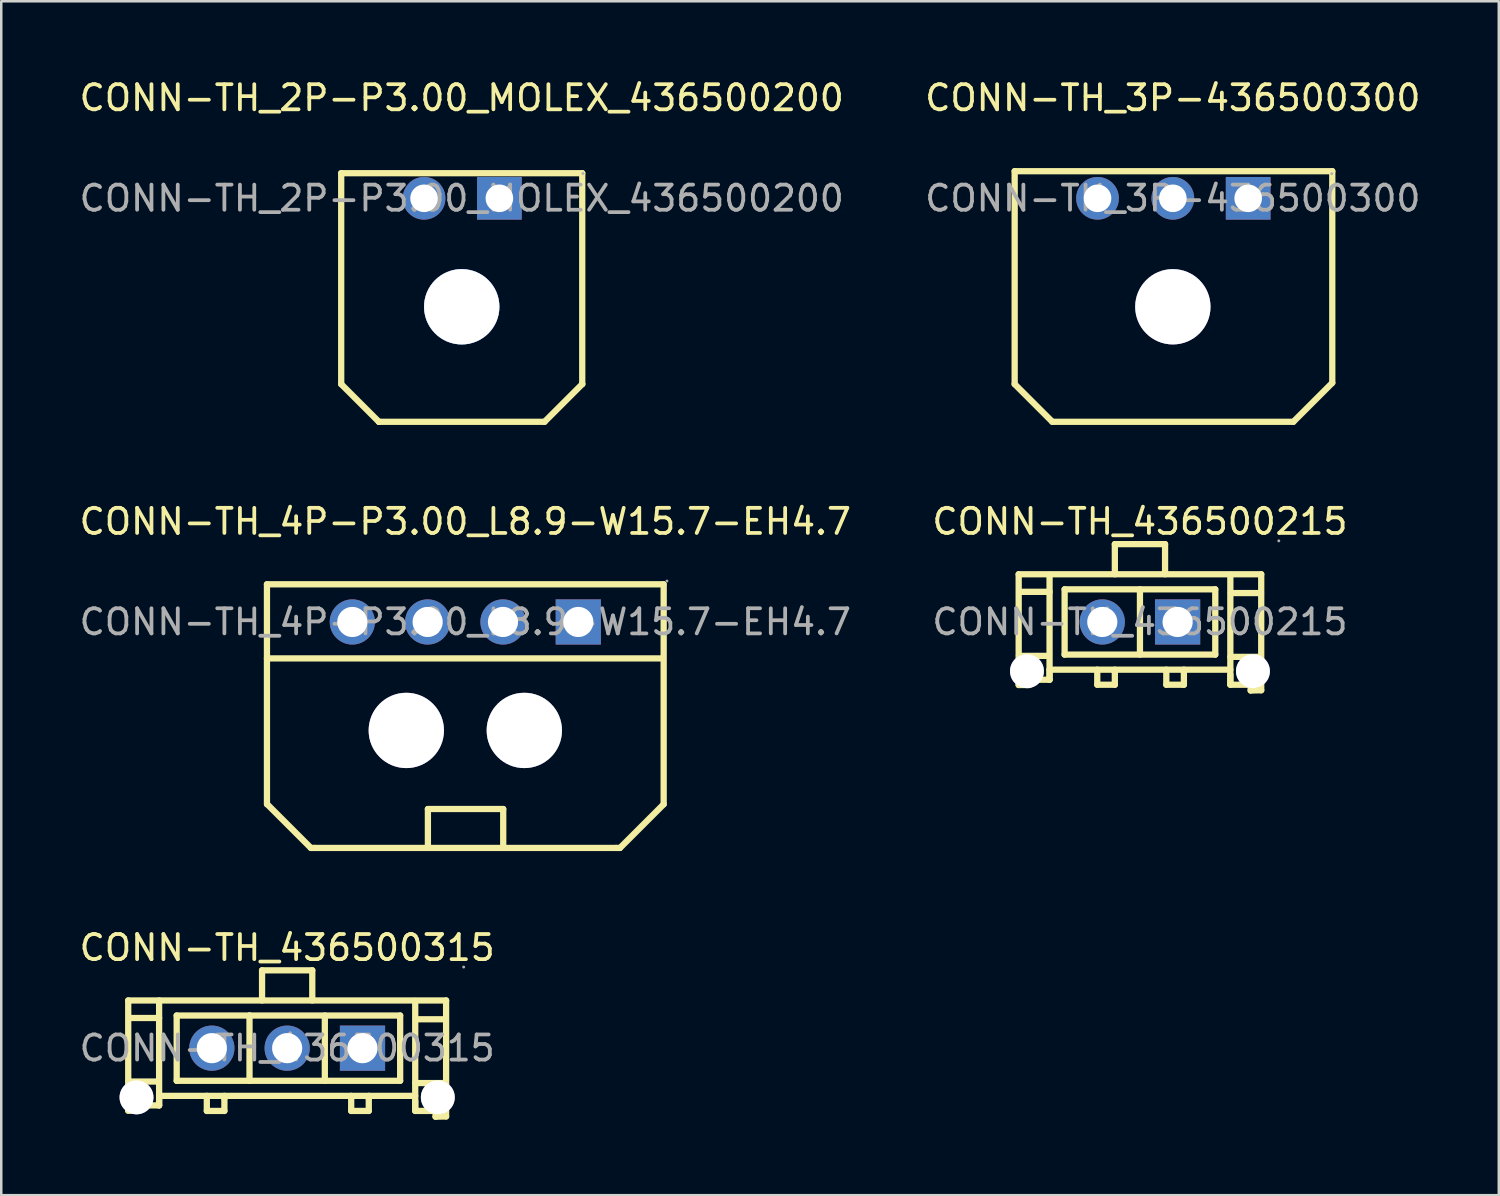
<source format=kicad_pcb>
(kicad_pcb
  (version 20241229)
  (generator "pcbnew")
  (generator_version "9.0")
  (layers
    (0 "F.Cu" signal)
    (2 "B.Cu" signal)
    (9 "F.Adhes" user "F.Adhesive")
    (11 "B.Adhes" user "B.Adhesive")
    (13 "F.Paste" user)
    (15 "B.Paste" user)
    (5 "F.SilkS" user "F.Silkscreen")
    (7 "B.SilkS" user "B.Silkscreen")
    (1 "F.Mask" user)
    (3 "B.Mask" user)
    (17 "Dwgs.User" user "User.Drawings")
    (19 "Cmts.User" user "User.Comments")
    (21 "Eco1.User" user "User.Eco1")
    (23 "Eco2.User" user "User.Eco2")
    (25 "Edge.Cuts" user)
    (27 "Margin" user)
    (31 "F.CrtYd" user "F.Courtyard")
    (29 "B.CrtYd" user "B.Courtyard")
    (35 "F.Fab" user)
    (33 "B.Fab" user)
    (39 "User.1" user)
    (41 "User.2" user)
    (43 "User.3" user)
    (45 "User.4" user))
  (footprint "CONN-TH_2P-P3.00_MOLEX_436500200"
    (layer "F.Cu")
    (at 15.339 4.848)
    (property "Reference" "CONN-TH_2P-P3.00_MOLEX_436500200" (at 0 -4 0) (layer "F.SilkS") (effects (font (size 1 1) (thickness 0.15))))
    (attr through_hole)
    (fp_line (start -4.8 -1) (end 4.8 -1) (stroke (width 0.25) (type solid)) (layer "F.SilkS"))
    (fp_line (start -4.8 7.4) (end -4.8 -1) (stroke (width 0.25) (type solid)) (layer "F.SilkS"))
    (fp_line (start -3.3 8.9) (end -4.8 7.4) (stroke (width 0.25) (type solid)) (layer "F.SilkS"))
    (fp_line (start -3.3 8.9) (end -3.3 8.9) (stroke (width 0.25) (type solid)) (layer "F.SilkS"))
    (fp_line (start 3.3 8.9) (end -3.3 8.9) (stroke (width 0.25) (type solid)) (layer "F.SilkS"))
    (fp_line (start 4.8 -1) (end 4.8 7.4) (stroke (width 0.25) (type solid)) (layer "F.SilkS"))
    (fp_line (start 4.8 7.4) (end 3.3 8.9) (stroke (width 0.25) (type solid)) (layer "F.SilkS"))
    (fp_line (start 4.8 7.4) (end 4.8 7.4) (stroke (width 0.25) (type solid)) (layer "F.SilkS"))
    (fp_circle (center 0 4.32) (end 0.75 4.32) (stroke (width 1.5) (type solid)) (fill no) (layer "Cmts.User"))
    (fp_circle (center 4.83 -0.99) (end 4.86 -0.99) (stroke (width 0.06) (type solid)) (fill no) (layer "F.Fab"))
    (fp_text user "${REFERENCE}" (at 0 0 0) (layer "F.Fab") (effects (font (size 1 1) (thickness 0.15))))
    (pad "" thru_hole circle (at 0 4.32) (size 3 3) (drill 3) (layers "*.Cu" "*.Mask"))
    (pad "1" thru_hole rect (at 1.5 0) (size 1.78 1.7) (drill 1.1) (layers "*.Cu" "*.Mask"))
    (pad "2" thru_hole circle (at -1.5 0) (size 1.7 1.7) (drill 1.1) (layers "*.Cu" "*.Mask")))
  (footprint "CONN-TH_436500315"
    (layer "F.Cu")
    (at 8.387 38.695)
    (property "Reference" "CONN-TH_436500315" (at 0 -4 0) (layer "F.SilkS") (effects (font (size 1 1) (thickness 0.15))))
    (attr through_hole)
    (fp_line (start -6.33 -1.9) (end -6.33 1.86) (stroke (width 0.25) (type solid)) (layer "F.SilkS"))
    (fp_line (start -6.33 1.85) (end -5.9 2.28) (stroke (width 0.25) (type solid)) (layer "F.SilkS"))
    (fp_line (start -6.33 1.86) (end -6.33 2.49) (stroke (width 0.25) (type solid)) (layer "F.SilkS"))
    (fp_line (start -6.33 2.49) (end -5.92 2.49) (stroke (width 0.25) (type solid)) (layer "F.SilkS"))
    (fp_line (start -6.32 1.33) (end -5.12 1.33) (stroke (width 0.25) (type solid)) (layer "F.SilkS"))
    (fp_line (start -6.3 -1.2) (end -5.1 -1.2) (stroke (width 0.25) (type solid)) (layer "F.SilkS"))
    (fp_line (start -5.92 2.49) (end -5.92 2.26) (stroke (width 0.25) (type solid)) (layer "F.SilkS"))
    (fp_line (start -5.9 2.28) (end -5.1 2.28) (stroke (width 0.25) (type solid)) (layer "F.SilkS"))
    (fp_line (start -5.1 -1.9) (end -5.1 2.28) (stroke (width 0.25) (type solid)) (layer "F.SilkS"))
    (fp_line (start -5.1 1.9) (end 5.1 1.9) (stroke (width 0.25) (type solid)) (layer "F.SilkS"))
    (fp_line (start -5.1 2.28) (end -5.1 1.88) (stroke (width 0.25) (type solid)) (layer "F.SilkS"))
    (fp_line (start -4.4 -1.3) (end -1.5 -1.3) (stroke (width 0.25) (type solid)) (layer "F.SilkS"))
    (fp_line (start -4.4 1.3) (end -4.4 -1.3) (stroke (width 0.25) (type solid)) (layer "F.SilkS"))
    (fp_line (start -3.2 1.9) (end -3.2 2.5) (stroke (width 0.25) (type solid)) (layer "F.SilkS"))
    (fp_line (start -3.2 2.5) (end -2.5 2.5) (stroke (width 0.25) (type solid)) (layer "F.SilkS"))
    (fp_line (start -2.5 2) (end -2.5 1.9) (stroke (width 0.25) (type solid)) (layer "F.SilkS"))
    (fp_line (start -2.5 2.5) (end -2.5 2) (stroke (width 0.25) (type solid)) (layer "F.SilkS"))
    (fp_line (start -1.5 -1.3) (end -1.5 1.3) (stroke (width 0.25) (type solid)) (layer "F.SilkS"))
    (fp_line (start -1.5 -1.3) (end 4.5 -1.3) (stroke (width 0.25) (type solid)) (layer "F.SilkS"))
    (fp_line (start -1 -3.1) (end 1 -3.1) (stroke (width 0.25) (type solid)) (layer "F.SilkS"))
    (fp_line (start -1 -1.9) (end -1 -3.1) (stroke (width 0.25) (type solid)) (layer "F.SilkS"))
    (fp_line (start 1 -3.1) (end 1 -1.9) (stroke (width 0.25) (type solid)) (layer "F.SilkS"))
    (fp_line (start 1.5 -1.3) (end 1.5 1.3) (stroke (width 0.25) (type solid)) (layer "F.SilkS"))
    (fp_line (start 2.55 1.9) (end 2.55 2.5) (stroke (width 0.25) (type solid)) (layer "F.SilkS"))
    (fp_line (start 2.55 2.5) (end 3.25 2.5) (stroke (width 0.25) (type solid)) (layer "F.SilkS"))
    (fp_line (start 3.25 2) (end 3.25 1.9) (stroke (width 0.25) (type solid)) (layer "F.SilkS"))
    (fp_line (start 3.25 2.5) (end 3.25 2) (stroke (width 0.25) (type solid)) (layer "F.SilkS"))
    (fp_line (start 4.5 -1.3) (end 4.5 1.3) (stroke (width 0.25) (type solid)) (layer "F.SilkS"))
    (fp_line (start 4.5 1.3) (end -4.4 1.3) (stroke (width 0.25) (type solid)) (layer "F.SilkS"))
    (fp_line (start 5.1 -1.88) (end 5.1 2.48) (stroke (width 0.25) (type solid)) (layer "F.SilkS"))
    (fp_line (start 5.1 1.39) (end 6.3 1.39) (stroke (width 0.25) (type solid)) (layer "F.SilkS"))
    (fp_line (start 5.1 2.5) (end 5.1 2.1) (stroke (width 0.25) (type solid)) (layer "F.SilkS"))
    (fp_line (start 5.12 -1.15) (end 6.32 -1.15) (stroke (width 0.25) (type solid)) (layer "F.SilkS"))
    (fp_line (start 5.9 2.5) (end 5.1 2.5) (stroke (width 0.25) (type solid)) (layer "F.SilkS"))
    (fp_line (start 5.91 2.73) (end 5.91 2.5) (stroke (width 0.25) (type solid)) (layer "F.SilkS"))
    (fp_line (start 6.33 -1.9) (end -6.33 -1.9) (stroke (width 0.25) (type solid)) (layer "F.SilkS"))
    (fp_line (start 6.33 2.06) (end 6.33 -1.9) (stroke (width 0.25) (type solid)) (layer "F.SilkS"))
    (fp_line (start 6.33 2.07) (end 5.9 2.5) (stroke (width 0.25) (type solid)) (layer "F.SilkS"))
    (fp_line (start 6.33 2.09) (end 6.33 2.72) (stroke (width 0.25) (type solid)) (layer "F.SilkS"))
    (fp_line (start 6.33 2.72) (end 5.91 2.73) (stroke (width 0.25) (type solid)) (layer "F.SilkS"))
    (fp_circle (center -6 1.96) (end -5.71 1.96) (stroke (width 0.58) (type solid)) (fill no) (layer "F.Fab"))
    (fp_circle (center -3 0) (end -2.75 0) (stroke (width 0.5) (type solid)) (fill no) (layer "F.Fab"))
    (fp_circle (center 0 0) (end 0.25 0) (stroke (width 0.5) (type solid)) (fill no) (layer "F.Fab"))
    (fp_circle (center 3 0) (end 3.25 0) (stroke (width 0.5) (type solid)) (fill no) (layer "F.Fab"))
    (fp_circle (center 6 1.96) (end 6.29 1.96) (stroke (width 0.58) (type solid)) (fill no) (layer "F.Fab"))
    (fp_circle (center 7.03 -3.23) (end 7.06 -3.23) (stroke (width 0.06) (type solid)) (fill no) (layer "F.Fab"))
    (fp_text user "${REFERENCE}" (at 0 0 0) (layer "F.Fab") (effects (font (size 1 1) (thickness 0.15))))
    (pad "" thru_hole circle (at -6 1.96) (size 1.35 1.35) (drill 1.35) (layers "*.Cu" "*.Mask"))
    (pad "" thru_hole circle (at 6 1.96) (size 1.35 1.35) (drill 1.35) (layers "*.Cu" "*.Mask"))
    (pad "1" thru_hole rect (at 3 0) (size 1.8 1.8) (drill 1.2) (layers "*.Cu" "*.Mask"))
    (pad "2" thru_hole circle (at 0 0) (size 1.8 1.8) (drill 1.2) (layers "*.Cu" "*.Mask"))
    (pad "3" thru_hole circle (at -3 0) (size 1.8 1.8) (drill 1.2) (layers "*.Cu" "*.Mask")))
  (footprint "CONN-TH_4P-P3.00_L8.9-W15.7-EH4.7"
    (layer "F.Cu")
    (at 15.482 21.721)
    (property "Reference" "CONN-TH_4P-P3.00_L8.9-W15.7-EH4.7" (at 0 -4 0) (layer "F.SilkS") (effects (font (size 1 1) (thickness 0.15))))
    (attr through_hole)
    (fp_line (start -7.9 -1.5) (end 7.89 -1.5) (stroke (width 0.25) (type solid)) (layer "F.SilkS"))
    (fp_line (start -7.9 1.45) (end 7.84 1.45) (stroke (width 0.25) (type solid)) (layer "F.SilkS"))
    (fp_line (start -7.9 7.26) (end -7.9 -1.5) (stroke (width 0.25) (type solid)) (layer "F.SilkS"))
    (fp_line (start -6.15 9) (end -7.89 7.26) (stroke (width 0.25) (type solid)) (layer "F.SilkS"))
    (fp_line (start -6 9) (end -6.15 9) (stroke (width 0.25) (type solid)) (layer "F.SilkS"))
    (fp_line (start -6 9) (end 6 9) (stroke (width 0.25) (type solid)) (layer "F.SilkS"))
    (fp_line (start -1.49 7.45) (end 1.51 7.45) (stroke (width 0.25) (type solid)) (layer "F.SilkS"))
    (fp_line (start -1.49 8.93) (end -1.49 7.45) (stroke (width 0.25) (type solid)) (layer "F.SilkS"))
    (fp_line (start 1.51 7.45) (end 1.51 8.93) (stroke (width 0.25) (type solid)) (layer "F.SilkS"))
    (fp_line (start 6.01 9) (end 6.16 9) (stroke (width 0.25) (type solid)) (layer "F.SilkS"))
    (fp_line (start 6.16 9) (end 7.9 7.26) (stroke (width 0.25) (type solid)) (layer "F.SilkS"))
    (fp_line (start 7.9 7.26) (end 7.9 -1.5) (stroke (width 0.25) (type solid)) (layer "F.SilkS"))
    (fp_circle (center -4.5 0) (end -4.25 0) (stroke (width 0.5) (type solid)) (fill no) (layer "F.Fab"))
    (fp_circle (center -2.35 4.32) (end -1.65 4.32) (stroke (width 1.4) (type solid)) (fill no) (layer "F.Fab"))
    (fp_circle (center -1.5 0) (end -1.25 0) (stroke (width 0.5) (type solid)) (fill no) (layer "F.Fab"))
    (fp_circle (center 1.5 0) (end 1.75 0) (stroke (width 0.5) (type solid)) (fill no) (layer "F.Fab"))
    (fp_circle (center 2.35 4.32) (end 3.05 4.32) (stroke (width 1.4) (type solid)) (fill no) (layer "F.Fab"))
    (fp_circle (center 4.5 0) (end 4.75 0) (stroke (width 0.5) (type solid)) (fill no) (layer "F.Fab"))
    (fp_circle (center 8.03 -1.63) (end 8.06 -1.63) (stroke (width 0.06) (type solid)) (fill no) (layer "F.Fab"))
    (fp_text user "${REFERENCE}" (at 0 0 0) (layer "F.Fab") (effects (font (size 1 1) (thickness 0.15))))
    (pad "" thru_hole circle (at -2.35 4.32) (size 3 3) (drill 3) (layers "*.Cu" "*.Mask"))
    (pad "" thru_hole circle (at 2.35 4.32) (size 3 3) (drill 3) (layers "*.Cu" "*.Mask"))
    (pad "1" thru_hole rect (at 4.5 0) (size 1.8 1.8) (drill 1.2) (layers "*.Cu" "*.Mask"))
    (pad "2" thru_hole circle (at 1.5 0) (size 1.8 1.8) (drill 1.2) (layers "*.Cu" "*.Mask"))
    (pad "3" thru_hole circle (at -1.5 0) (size 1.8 1.8) (drill 1.2) (layers "*.Cu" "*.Mask"))
    (pad "4" thru_hole circle (at -4.5 0) (size 1.8 1.8) (drill 1.2) (layers "*.Cu" "*.Mask")))
  (footprint "CONN-TH_436500215"
    (layer "F.Cu")
    (at 42.351 21.721)
    (property "Reference" "CONN-TH_436500215" (at 0 -4 0) (layer "F.SilkS") (effects (font (size 1 1) (thickness 0.15))))
    (attr through_hole)
    (fp_line (start -4.83 -1.9) (end -4.83 1.86) (stroke (width 0.25) (type solid)) (layer "F.SilkS"))
    (fp_line (start -4.83 1.87) (end -4.4 2.3) (stroke (width 0.25) (type solid)) (layer "F.SilkS"))
    (fp_line (start -4.83 1.88) (end -4.83 2.51) (stroke (width 0.25) (type solid)) (layer "F.SilkS"))
    (fp_line (start -4.83 2.51) (end -4.42 2.51) (stroke (width 0.25) (type solid)) (layer "F.SilkS"))
    (fp_line (start -4.82 1.35) (end -3.62 1.35) (stroke (width 0.25) (type solid)) (layer "F.SilkS"))
    (fp_line (start -4.8 -1.2) (end -3.6 -1.2) (stroke (width 0.25) (type solid)) (layer "F.SilkS"))
    (fp_line (start -4.42 2.51) (end -4.42 2.28) (stroke (width 0.25) (type solid)) (layer "F.SilkS"))
    (fp_line (start -4.4 2.3) (end -3.6 2.3) (stroke (width 0.25) (type solid)) (layer "F.SilkS"))
    (fp_line (start -3.6 -1.88) (end -3.6 2.3) (stroke (width 0.25) (type solid)) (layer "F.SilkS"))
    (fp_line (start -3.6 1.9) (end 3.6 1.9) (stroke (width 0.25) (type solid)) (layer "F.SilkS"))
    (fp_line (start -3.6 2.3) (end -3.6 1.9) (stroke (width 0.25) (type solid)) (layer "F.SilkS"))
    (fp_line (start -3 -1.3) (end 3 -1.3) (stroke (width 0.25) (type solid)) (layer "F.SilkS"))
    (fp_line (start -3 1.3) (end -3 -1.3) (stroke (width 0.25) (type solid)) (layer "F.SilkS"))
    (fp_line (start -1.7 1.9) (end -1.7 2.5) (stroke (width 0.25) (type solid)) (layer "F.SilkS"))
    (fp_line (start -1.7 2.5) (end -1 2.5) (stroke (width 0.25) (type solid)) (layer "F.SilkS"))
    (fp_line (start -1 -3.1) (end 1 -3.1) (stroke (width 0.25) (type solid)) (layer "F.SilkS"))
    (fp_line (start -1 -1.9) (end -1 -3.1) (stroke (width 0.25) (type solid)) (layer "F.SilkS"))
    (fp_line (start -1 2) (end -1 1.9) (stroke (width 0.25) (type solid)) (layer "F.SilkS"))
    (fp_line (start -1 2.5) (end -1 2) (stroke (width 0.25) (type solid)) (layer "F.SilkS"))
    (fp_line (start 0 -1.3) (end 0 1.3) (stroke (width 0.25) (type solid)) (layer "F.SilkS"))
    (fp_line (start 1 -3.1) (end 1 -1.9) (stroke (width 0.25) (type solid)) (layer "F.SilkS"))
    (fp_line (start 1.05 1.9) (end 1.05 2.5) (stroke (width 0.25) (type solid)) (layer "F.SilkS"))
    (fp_line (start 1.05 2.5) (end 1.75 2.5) (stroke (width 0.25) (type solid)) (layer "F.SilkS"))
    (fp_line (start 1.75 2) (end 1.75 1.9) (stroke (width 0.25) (type solid)) (layer "F.SilkS"))
    (fp_line (start 1.75 2.5) (end 1.75 2) (stroke (width 0.25) (type solid)) (layer "F.SilkS"))
    (fp_line (start 3 -1.3) (end 3 1.3) (stroke (width 0.25) (type solid)) (layer "F.SilkS"))
    (fp_line (start 3 1.3) (end -3 1.3) (stroke (width 0.25) (type solid)) (layer "F.SilkS"))
    (fp_line (start 3.6 -1.88) (end 3.6 2.48) (stroke (width 0.25) (type solid)) (layer "F.SilkS"))
    (fp_line (start 3.6 1.39) (end 4.8 1.39) (stroke (width 0.25) (type solid)) (layer "F.SilkS"))
    (fp_line (start 3.6 2.5) (end 3.6 2.1) (stroke (width 0.25) (type solid)) (layer "F.SilkS"))
    (fp_line (start 3.62 -1.15) (end 4.82 -1.15) (stroke (width 0.25) (type solid)) (layer "F.SilkS"))
    (fp_line (start 4.4 2.5) (end 3.6 2.5) (stroke (width 0.25) (type solid)) (layer "F.SilkS"))
    (fp_line (start 4.41 2.73) (end 4.41 2.5) (stroke (width 0.25) (type solid)) (layer "F.SilkS"))
    (fp_line (start 4.83 -1.9) (end -4.83 -1.9) (stroke (width 0.25) (type solid)) (layer "F.SilkS"))
    (fp_line (start 4.83 2.06) (end 4.83 -1.9) (stroke (width 0.25) (type solid)) (layer "F.SilkS"))
    (fp_line (start 4.83 2.07) (end 4.4 2.5) (stroke (width 0.25) (type solid)) (layer "F.SilkS"))
    (fp_line (start 4.83 2.09) (end 4.83 2.72) (stroke (width 0.25) (type solid)) (layer "F.SilkS"))
    (fp_line (start 4.83 2.72) (end 4.41 2.73) (stroke (width 0.25) (type solid)) (layer "F.SilkS"))
    (fp_circle (center -4.5 1.96) (end -4.21 1.96) (stroke (width 0.58) (type solid)) (fill no) (layer "F.Fab"))
    (fp_circle (center -1.5 0) (end -1.25 0) (stroke (width 0.5) (type solid)) (fill no) (layer "F.Fab"))
    (fp_circle (center 1.5 0) (end 1.75 0) (stroke (width 0.5) (type solid)) (fill no) (layer "F.Fab"))
    (fp_circle (center 4.5 1.96) (end 4.79 1.96) (stroke (width 0.58) (type solid)) (fill no) (layer "F.Fab"))
    (fp_circle (center 5.53 -3.23) (end 5.56 -3.23) (stroke (width 0.06) (type solid)) (fill no) (layer "F.Fab"))
    (fp_text user "${REFERENCE}" (at 0 0 0) (layer "F.Fab") (effects (font (size 1 1) (thickness 0.15))))
    (pad "" thru_hole circle (at -4.5 1.96) (size 1.35 1.35) (drill 1.35) (layers "*.Cu" "*.Mask"))
    (pad "" thru_hole circle (at 4.5 1.96) (size 1.35 1.35) (drill 1.35) (layers "*.Cu" "*.Mask"))
    (pad "1" thru_hole rect (at 1.5 0) (size 1.8 1.8) (drill 1.2) (layers "*.Cu" "*.Mask"))
    (pad "2" thru_hole circle (at -1.5 0) (size 1.8 1.8) (drill 1.2) (layers "*.Cu" "*.Mask")))
  (footprint "CONN-TH_3P-436500300"
    (layer "F.Cu")
    (at 43.661 4.848)
    (property "Reference" "CONN-TH_3P-436500300" (at 0 -4 0) (layer "F.SilkS") (effects (font (size 1 1) (thickness 0.15))))
    (attr through_hole)
    (fp_line (start -6.3 -1.08) (end 6.35 -1.08) (stroke (width 0.25) (type solid)) (layer "F.SilkS"))
    (fp_line (start -6.3 7.4) (end -6.3 -1.08) (stroke (width 0.25) (type solid)) (layer "F.SilkS"))
    (fp_line (start -4.8 8.9) (end -6.3 7.4) (stroke (width 0.25) (type solid)) (layer "F.SilkS"))
    (fp_line (start 4.8 8.9) (end -4.8 8.9) (stroke (width 0.25) (type solid)) (layer "F.SilkS"))
    (fp_line (start 6.35 -1.08) (end 6.35 7.35) (stroke (width 0.25) (type solid)) (layer "F.SilkS"))
    (fp_line (start 6.35 7.35) (end 4.8 8.9) (stroke (width 0.25) (type solid)) (layer "F.SilkS"))
    (fp_circle (center 0 4.32) (end 0.7 4.32) (stroke (width 1.4) (type solid)) (fill no) (layer "Cmts.User"))
    (fp_circle (center 6.33 -0.98) (end 6.36 -0.98) (stroke (width 0.06) (type solid)) (fill no) (layer "F.Fab"))
    (fp_text user "${REFERENCE}" (at 0 0 0) (layer "F.Fab") (effects (font (size 1 1) (thickness 0.15))))
    (pad "" thru_hole circle (at 0 4.32) (size 3 3) (drill 3) (layers "*.Cu" "*.Mask"))
    (pad "1" thru_hole rect (at 3 0) (size 1.78 1.7) (drill 1.1) (layers "*.Cu" "*.Mask"))
    (pad "2" thru_hole circle (at 0 0) (size 1.7 1.7) (drill 1.1) (layers "*.Cu" "*.Mask"))
    (pad "3" thru_hole circle (at -3 0) (size 1.7 1.7) (drill 1.1) (layers "*.Cu" "*.Mask")))
  (gr_rect
    (start -3 -3)
    (end 56.643 44.55)
    (stroke (width 0.1) (type default))
    (fill no)
    (layer "Edge.Cuts")))
</source>
